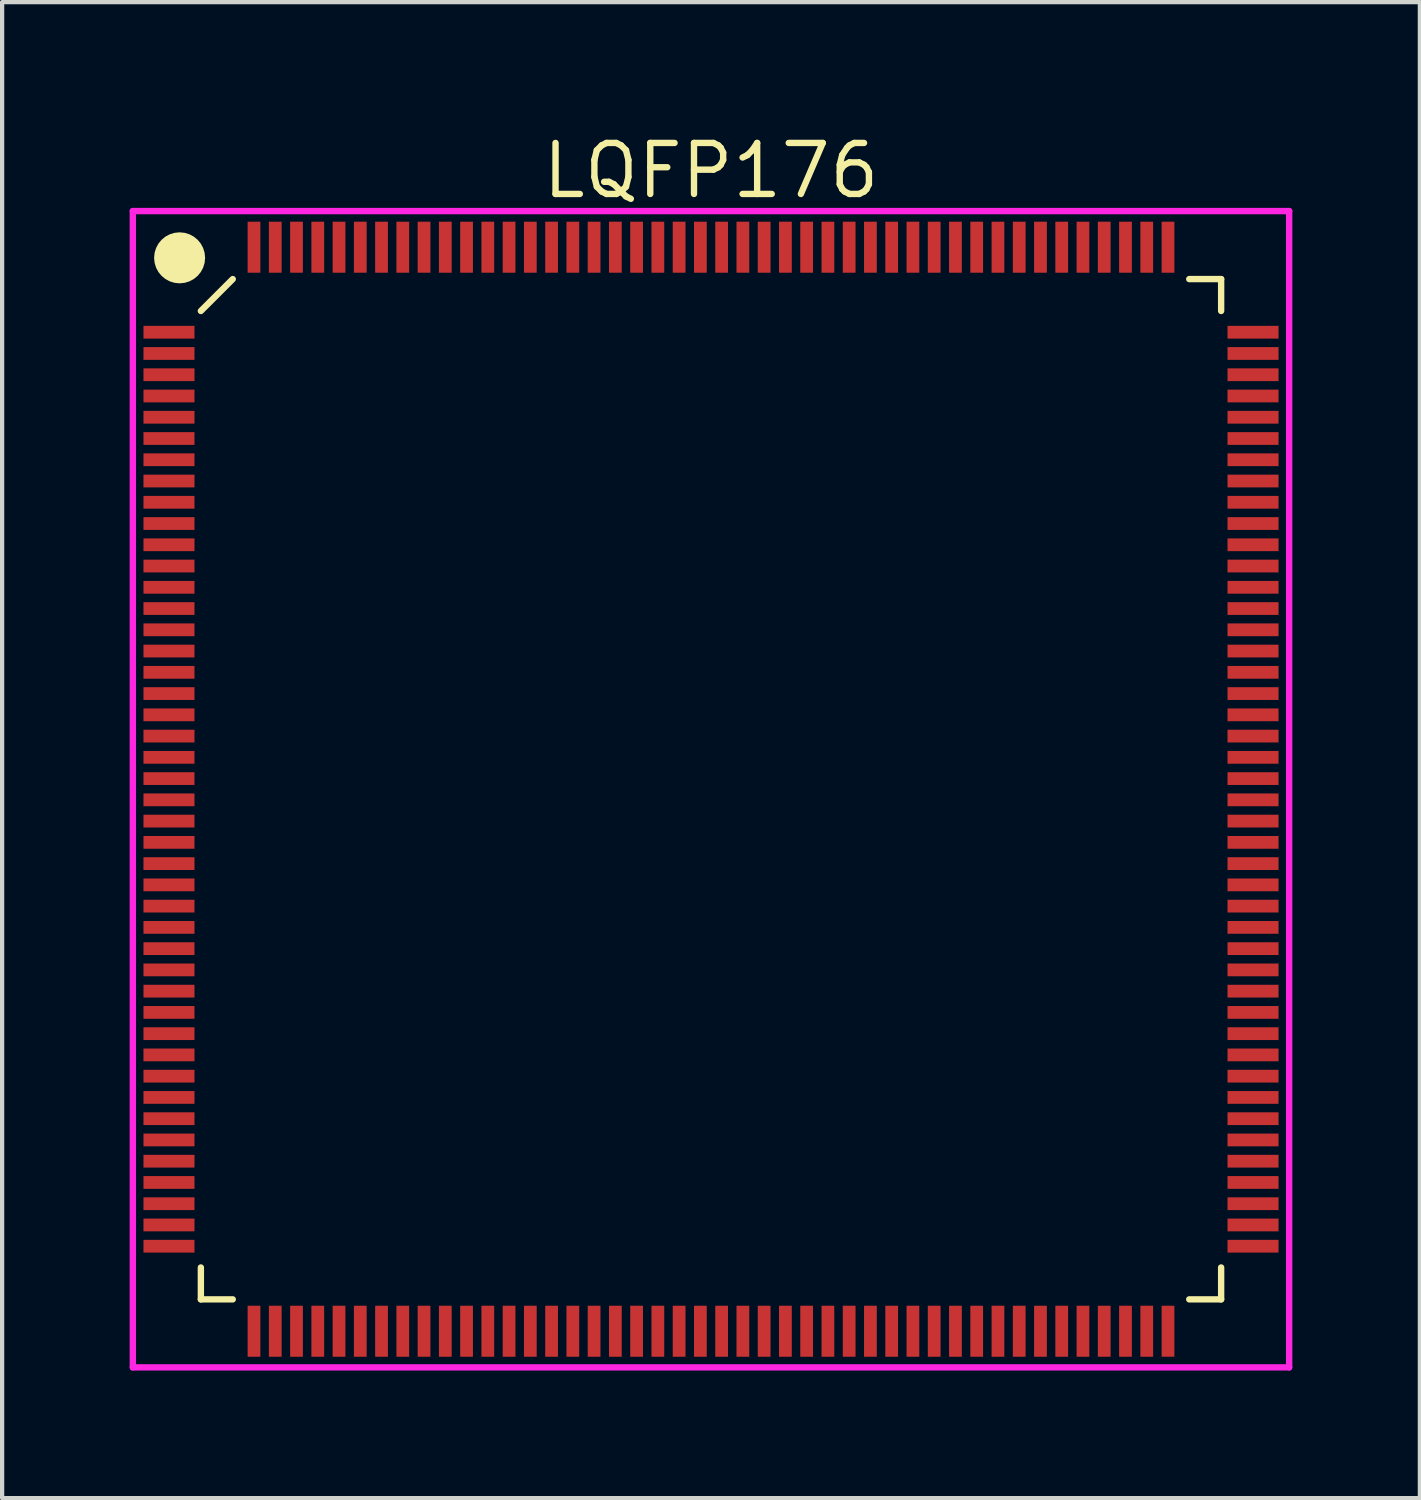
<source format=kicad_pcb>
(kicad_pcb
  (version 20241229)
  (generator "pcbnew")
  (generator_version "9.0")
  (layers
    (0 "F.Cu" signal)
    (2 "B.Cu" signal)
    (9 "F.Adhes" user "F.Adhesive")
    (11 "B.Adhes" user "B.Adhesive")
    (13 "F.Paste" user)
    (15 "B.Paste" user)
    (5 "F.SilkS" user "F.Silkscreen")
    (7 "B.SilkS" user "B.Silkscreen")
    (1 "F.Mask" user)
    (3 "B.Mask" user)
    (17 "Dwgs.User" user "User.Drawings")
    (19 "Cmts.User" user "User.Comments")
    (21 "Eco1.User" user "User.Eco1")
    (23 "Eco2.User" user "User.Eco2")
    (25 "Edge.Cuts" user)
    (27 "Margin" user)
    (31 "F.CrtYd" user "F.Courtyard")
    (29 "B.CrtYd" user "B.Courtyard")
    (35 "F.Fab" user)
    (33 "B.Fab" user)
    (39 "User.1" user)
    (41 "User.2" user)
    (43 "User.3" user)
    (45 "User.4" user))
  (footprint "LQFP176"
    (layer "F.Cu")
    (at 13.675 15.515)
    (property "Reference" "LQFP176" (at 0 -14.55 0) (layer "F.SilkS") (effects (font (size 1.2 1.2) (thickness 0.15))))
    (attr through_hole)
    (fp_line (start -12 -11.25) (end -11.25 -12) (stroke (width 0.15) (type solid)) (layer "F.SilkS"))
    (fp_line (start -12 12) (end -12 11.25) (stroke (width 0.15) (type solid)) (layer "F.SilkS"))
    (fp_line (start -11.25 12) (end -12 12) (stroke (width 0.15) (type solid)) (layer "F.SilkS"))
    (fp_line (start 11.25 -12) (end 12 -12) (stroke (width 0.15) (type solid)) (layer "F.SilkS"))
    (fp_line (start 11.25 12) (end 12 12) (stroke (width 0.15) (type solid)) (layer "F.SilkS"))
    (fp_line (start 12 -12) (end 12 -11.25) (stroke (width 0.15) (type solid)) (layer "F.SilkS"))
    (fp_line (start 12 12) (end 12 11.25) (stroke (width 0.15) (type solid)) (layer "F.SilkS"))
    (fp_circle (center -12.5 -12.5) (end -12.2 -12.5) (stroke (width 0.6) (type solid)) (fill no) (layer "F.SilkS"))
    (fp_line (start -13.6 -13.6) (end 13.6 -13.6) (stroke (width 0.15) (type solid)) (layer "F.CrtYd"))
    (fp_line (start -13.6 13.6) (end -13.6 -13.6) (stroke (width 0.15) (type solid)) (layer "F.CrtYd"))
    (fp_line (start 13.6 -13.6) (end 13.6 13.6) (stroke (width 0.15) (type solid)) (layer "F.CrtYd"))
    (fp_line (start 13.6 13.6) (end -13.6 13.6) (stroke (width 0.15) (type solid)) (layer "F.CrtYd"))
    (pad "1" smd rect (at -12.75 -10.75 90) (size 0.3 1.2) (layers "F.Cu" "F.Mask" "F.Paste"))
    (pad "2" smd rect (at -12.75 -10.25 90) (size 0.3 1.2) (layers "F.Cu" "F.Mask" "F.Paste"))
    (pad "3" smd rect (at -12.75 -9.75 90) (size 0.3 1.2) (layers "F.Cu" "F.Mask" "F.Paste"))
    (pad "4" smd rect (at -12.75 -9.25 90) (size 0.3 1.2) (layers "F.Cu" "F.Mask" "F.Paste"))
    (pad "5" smd rect (at -12.75 -8.75 90) (size 0.3 1.2) (layers "F.Cu" "F.Mask" "F.Paste"))
    (pad "6" smd rect (at -12.75 -8.25 90) (size 0.3 1.2) (layers "F.Cu" "F.Mask" "F.Paste"))
    (pad "7" smd rect (at -12.75 -7.75 90) (size 0.3 1.2) (layers "F.Cu" "F.Mask" "F.Paste"))
    (pad "8" smd rect (at -12.75 -7.25 90) (size 0.3 1.2) (layers "F.Cu" "F.Mask" "F.Paste"))
    (pad "9" smd rect (at -12.75 -6.75 90) (size 0.3 1.2) (layers "F.Cu" "F.Mask" "F.Paste"))
    (pad "10" smd rect (at -12.75 -6.25 90) (size 0.3 1.2) (layers "F.Cu" "F.Mask" "F.Paste"))
    (pad "11" smd rect (at -12.75 -5.75 90) (size 0.3 1.2) (layers "F.Cu" "F.Mask" "F.Paste"))
    (pad "12" smd rect (at -12.75 -5.25 90) (size 0.3 1.2) (layers "F.Cu" "F.Mask" "F.Paste"))
    (pad "13" smd rect (at -12.75 -4.75 90) (size 0.3 1.2) (layers "F.Cu" "F.Mask" "F.Paste"))
    (pad "14" smd rect (at -12.75 -4.25 90) (size 0.3 1.2) (layers "F.Cu" "F.Mask" "F.Paste"))
    (pad "15" smd rect (at -12.75 -3.75 90) (size 0.3 1.2) (layers "F.Cu" "F.Mask" "F.Paste"))
    (pad "16" smd rect (at -12.75 -3.25 90) (size 0.3 1.2) (layers "F.Cu" "F.Mask" "F.Paste"))
    (pad "17" smd rect (at -12.75 -2.75 90) (size 0.3 1.2) (layers "F.Cu" "F.Mask" "F.Paste"))
    (pad "18" smd rect (at -12.75 -2.25 90) (size 0.3 1.2) (layers "F.Cu" "F.Mask" "F.Paste"))
    (pad "19" smd rect (at -12.75 -1.75 90) (size 0.3 1.2) (layers "F.Cu" "F.Mask" "F.Paste"))
    (pad "20" smd rect (at -12.75 -1.25 90) (size 0.3 1.2) (layers "F.Cu" "F.Mask" "F.Paste"))
    (pad "21" smd rect (at -12.75 -0.75 90) (size 0.3 1.2) (layers "F.Cu" "F.Mask" "F.Paste"))
    (pad "22" smd rect (at -12.75 -0.25 90) (size 0.3 1.2) (layers "F.Cu" "F.Mask" "F.Paste"))
    (pad "23" smd rect (at -12.75 0.25 90) (size 0.3 1.2) (layers "F.Cu" "F.Mask" "F.Paste"))
    (pad "24" smd rect (at -12.75 0.75 90) (size 0.3 1.2) (layers "F.Cu" "F.Mask" "F.Paste"))
    (pad "25" smd rect (at -12.75 1.25 90) (size 0.3 1.2) (layers "F.Cu" "F.Mask" "F.Paste"))
    (pad "26" smd rect (at -12.75 1.75 90) (size 0.3 1.2) (layers "F.Cu" "F.Mask" "F.Paste"))
    (pad "27" smd rect (at -12.75 2.25 90) (size 0.3 1.2) (layers "F.Cu" "F.Mask" "F.Paste"))
    (pad "28" smd rect (at -12.75 2.75 90) (size 0.3 1.2) (layers "F.Cu" "F.Mask" "F.Paste"))
    (pad "29" smd rect (at -12.75 3.25 90) (size 0.3 1.2) (layers "F.Cu" "F.Mask" "F.Paste"))
    (pad "30" smd rect (at -12.75 3.75 90) (size 0.3 1.2) (layers "F.Cu" "F.Mask" "F.Paste"))
    (pad "31" smd rect (at -12.75 4.25 90) (size 0.3 1.2) (layers "F.Cu" "F.Mask" "F.Paste"))
    (pad "32" smd rect (at -12.75 4.75 90) (size 0.3 1.2) (layers "F.Cu" "F.Mask" "F.Paste"))
    (pad "33" smd rect (at -12.75 5.25 90) (size 0.3 1.2) (layers "F.Cu" "F.Mask" "F.Paste"))
    (pad "34" smd rect (at -12.75 5.75 90) (size 0.3 1.2) (layers "F.Cu" "F.Mask" "F.Paste"))
    (pad "35" smd rect (at -12.75 6.25 90) (size 0.3 1.2) (layers "F.Cu" "F.Mask" "F.Paste"))
    (pad "36" smd rect (at -12.75 6.75 90) (size 0.3 1.2) (layers "F.Cu" "F.Mask" "F.Paste"))
    (pad "37" smd rect (at -12.75 7.25 90) (size 0.3 1.2) (layers "F.Cu" "F.Mask" "F.Paste"))
    (pad "38" smd rect (at -12.75 7.75 90) (size 0.3 1.2) (layers "F.Cu" "F.Mask" "F.Paste"))
    (pad "39" smd rect (at -12.75 8.25 90) (size 0.3 1.2) (layers "F.Cu" "F.Mask" "F.Paste"))
    (pad "40" smd rect (at -12.75 8.75 90) (size 0.3 1.2) (layers "F.Cu" "F.Mask" "F.Paste"))
    (pad "41" smd rect (at -12.75 9.25 90) (size 0.3 1.2) (layers "F.Cu" "F.Mask" "F.Paste"))
    (pad "42" smd rect (at -12.75 9.75 90) (size 0.3 1.2) (layers "F.Cu" "F.Mask" "F.Paste"))
    (pad "43" smd rect (at -12.75 10.25 90) (size 0.3 1.2) (layers "F.Cu" "F.Mask" "F.Paste"))
    (pad "44" smd rect (at -12.75 10.75 90) (size 0.3 1.2) (layers "F.Cu" "F.Mask" "F.Paste"))
    (pad "45" smd rect (at -10.75 12.75) (size 0.3 1.2) (layers "F.Cu" "F.Mask" "F.Paste"))
    (pad "46" smd rect (at -10.25 12.75) (size 0.3 1.2) (layers "F.Cu" "F.Mask" "F.Paste"))
    (pad "47" smd rect (at -9.75 12.75) (size 0.3 1.2) (layers "F.Cu" "F.Mask" "F.Paste"))
    (pad "48" smd rect (at -9.25 12.75) (size 0.3 1.2) (layers "F.Cu" "F.Mask" "F.Paste"))
    (pad "49" smd rect (at -8.75 12.75) (size 0.3 1.2) (layers "F.Cu" "F.Mask" "F.Paste"))
    (pad "50" smd rect (at -8.25 12.75) (size 0.3 1.2) (layers "F.Cu" "F.Mask" "F.Paste"))
    (pad "51" smd rect (at -7.75 12.75) (size 0.3 1.2) (layers "F.Cu" "F.Mask" "F.Paste"))
    (pad "52" smd rect (at -7.25 12.75) (size 0.3 1.2) (layers "F.Cu" "F.Mask" "F.Paste"))
    (pad "53" smd rect (at -6.75 12.75) (size 0.3 1.2) (layers "F.Cu" "F.Mask" "F.Paste"))
    (pad "54" smd rect (at -6.25 12.75) (size 0.3 1.2) (layers "F.Cu" "F.Mask" "F.Paste"))
    (pad "55" smd rect (at -5.75 12.75) (size 0.3 1.2) (layers "F.Cu" "F.Mask" "F.Paste"))
    (pad "56" smd rect (at -5.25 12.75) (size 0.3 1.2) (layers "F.Cu" "F.Mask" "F.Paste"))
    (pad "57" smd rect (at -4.75 12.75) (size 0.3 1.2) (layers "F.Cu" "F.Mask" "F.Paste"))
    (pad "58" smd rect (at -4.25 12.75) (size 0.3 1.2) (layers "F.Cu" "F.Mask" "F.Paste"))
    (pad "59" smd rect (at -3.75 12.75) (size 0.3 1.2) (layers "F.Cu" "F.Mask" "F.Paste"))
    (pad "60" smd rect (at -3.25 12.75) (size 0.3 1.2) (layers "F.Cu" "F.Mask" "F.Paste"))
    (pad "61" smd rect (at -2.75 12.75) (size 0.3 1.2) (layers "F.Cu" "F.Mask" "F.Paste"))
    (pad "62" smd rect (at -2.25 12.75) (size 0.3 1.2) (layers "F.Cu" "F.Mask" "F.Paste"))
    (pad "63" smd rect (at -1.75 12.75) (size 0.3 1.2) (layers "F.Cu" "F.Mask" "F.Paste"))
    (pad "64" smd rect (at -1.25 12.75) (size 0.3 1.2) (layers "F.Cu" "F.Mask" "F.Paste"))
    (pad "65" smd rect (at -0.75 12.75) (size 0.3 1.2) (layers "F.Cu" "F.Mask" "F.Paste"))
    (pad "66" smd rect (at -0.25 12.75) (size 0.3 1.2) (layers "F.Cu" "F.Mask" "F.Paste"))
    (pad "67" smd rect (at 0.25 12.75) (size 0.3 1.2) (layers "F.Cu" "F.Mask" "F.Paste"))
    (pad "68" smd rect (at 0.75 12.75) (size 0.3 1.2) (layers "F.Cu" "F.Mask" "F.Paste"))
    (pad "69" smd rect (at 1.25 12.75) (size 0.3 1.2) (layers "F.Cu" "F.Mask" "F.Paste"))
    (pad "70" smd rect (at 1.75 12.75) (size 0.3 1.2) (layers "F.Cu" "F.Mask" "F.Paste"))
    (pad "71" smd rect (at 2.25 12.75) (size 0.3 1.2) (layers "F.Cu" "F.Mask" "F.Paste"))
    (pad "72" smd rect (at 2.75 12.75) (size 0.3 1.2) (layers "F.Cu" "F.Mask" "F.Paste"))
    (pad "73" smd rect (at 3.25 12.75) (size 0.3 1.2) (layers "F.Cu" "F.Mask" "F.Paste"))
    (pad "74" smd rect (at 3.75 12.75) (size 0.3 1.2) (layers "F.Cu" "F.Mask" "F.Paste"))
    (pad "75" smd rect (at 4.25 12.75) (size 0.3 1.2) (layers "F.Cu" "F.Mask" "F.Paste"))
    (pad "76" smd rect (at 4.75 12.75) (size 0.3 1.2) (layers "F.Cu" "F.Mask" "F.Paste"))
    (pad "77" smd rect (at 5.25 12.75) (size 0.3 1.2) (layers "F.Cu" "F.Mask" "F.Paste"))
    (pad "78" smd rect (at 5.75 12.75) (size 0.3 1.2) (layers "F.Cu" "F.Mask" "F.Paste"))
    (pad "79" smd rect (at 6.25 12.75) (size 0.3 1.2) (layers "F.Cu" "F.Mask" "F.Paste"))
    (pad "80" smd rect (at 6.75 12.75) (size 0.3 1.2) (layers "F.Cu" "F.Mask" "F.Paste"))
    (pad "81" smd rect (at 7.25 12.75) (size 0.3 1.2) (layers "F.Cu" "F.Mask" "F.Paste"))
    (pad "82" smd rect (at 7.75 12.75) (size 0.3 1.2) (layers "F.Cu" "F.Mask" "F.Paste"))
    (pad "83" smd rect (at 8.25 12.75) (size 0.3 1.2) (layers "F.Cu" "F.Mask" "F.Paste"))
    (pad "84" smd rect (at 8.75 12.75) (size 0.3 1.2) (layers "F.Cu" "F.Mask" "F.Paste"))
    (pad "85" smd rect (at 9.25 12.75) (size 0.3 1.2) (layers "F.Cu" "F.Mask" "F.Paste"))
    (pad "86" smd rect (at 9.75 12.75) (size 0.3 1.2) (layers "F.Cu" "F.Mask" "F.Paste"))
    (pad "87" smd rect (at 10.25 12.75) (size 0.3 1.2) (layers "F.Cu" "F.Mask" "F.Paste"))
    (pad "88" smd rect (at 10.75 12.75) (size 0.3 1.2) (layers "F.Cu" "F.Mask" "F.Paste"))
    (pad "89" smd rect (at 12.75 10.75 90) (size 0.3 1.2) (layers "F.Cu" "F.Mask" "F.Paste"))
    (pad "90" smd rect (at 12.75 10.25 90) (size 0.3 1.2) (layers "F.Cu" "F.Mask" "F.Paste"))
    (pad "91" smd rect (at 12.75 9.75 90) (size 0.3 1.2) (layers "F.Cu" "F.Mask" "F.Paste"))
    (pad "92" smd rect (at 12.75 9.25 90) (size 0.3 1.2) (layers "F.Cu" "F.Mask" "F.Paste"))
    (pad "93" smd rect (at 12.75 8.75 90) (size 0.3 1.2) (layers "F.Cu" "F.Mask" "F.Paste"))
    (pad "94" smd rect (at 12.75 8.25 90) (size 0.3 1.2) (layers "F.Cu" "F.Mask" "F.Paste"))
    (pad "95" smd rect (at 12.75 7.75 90) (size 0.3 1.2) (layers "F.Cu" "F.Mask" "F.Paste"))
    (pad "96" smd rect (at 12.75 7.25 90) (size 0.3 1.2) (layers "F.Cu" "F.Mask" "F.Paste"))
    (pad "97" smd rect (at 12.75 6.75 90) (size 0.3 1.2) (layers "F.Cu" "F.Mask" "F.Paste"))
    (pad "98" smd rect (at 12.75 6.25 90) (size 0.3 1.2) (layers "F.Cu" "F.Mask" "F.Paste"))
    (pad "99" smd rect (at 12.75 5.75 90) (size 0.3 1.2) (layers "F.Cu" "F.Mask" "F.Paste"))
    (pad "100" smd rect (at 12.75 5.25 90) (size 0.3 1.2) (layers "F.Cu" "F.Mask" "F.Paste"))
    (pad "101" smd rect (at 12.75 4.75 90) (size 0.3 1.2) (layers "F.Cu" "F.Mask" "F.Paste"))
    (pad "102" smd rect (at 12.75 4.25 90) (size 0.3 1.2) (layers "F.Cu" "F.Mask" "F.Paste"))
    (pad "103" smd rect (at 12.75 3.75 90) (size 0.3 1.2) (layers "F.Cu" "F.Mask" "F.Paste"))
    (pad "104" smd rect (at 12.75 3.25 90) (size 0.3 1.2) (layers "F.Cu" "F.Mask" "F.Paste"))
    (pad "105" smd rect (at 12.75 2.75 90) (size 0.3 1.2) (layers "F.Cu" "F.Mask" "F.Paste"))
    (pad "106" smd rect (at 12.75 2.25 90) (size 0.3 1.2) (layers "F.Cu" "F.Mask" "F.Paste"))
    (pad "107" smd rect (at 12.75 1.75 90) (size 0.3 1.2) (layers "F.Cu" "F.Mask" "F.Paste"))
    (pad "108" smd rect (at 12.75 1.25 90) (size 0.3 1.2) (layers "F.Cu" "F.Mask" "F.Paste"))
    (pad "109" smd rect (at 12.75 0.75 90) (size 0.3 1.2) (layers "F.Cu" "F.Mask" "F.Paste"))
    (pad "110" smd rect (at 12.75 0.25 90) (size 0.3 1.2) (layers "F.Cu" "F.Mask" "F.Paste"))
    (pad "111" smd rect (at 12.75 -0.25 90) (size 0.3 1.2) (layers "F.Cu" "F.Mask" "F.Paste"))
    (pad "112" smd rect (at 12.75 -0.75 90) (size 0.3 1.2) (layers "F.Cu" "F.Mask" "F.Paste"))
    (pad "113" smd rect (at 12.75 -1.25 90) (size 0.3 1.2) (layers "F.Cu" "F.Mask" "F.Paste"))
    (pad "114" smd rect (at 12.75 -1.75 90) (size 0.3 1.2) (layers "F.Cu" "F.Mask" "F.Paste"))
    (pad "115" smd rect (at 12.75 -2.25 90) (size 0.3 1.2) (layers "F.Cu" "F.Mask" "F.Paste"))
    (pad "116" smd rect (at 12.75 -2.75 90) (size 0.3 1.2) (layers "F.Cu" "F.Mask" "F.Paste"))
    (pad "117" smd rect (at 12.75 -3.25 90) (size 0.3 1.2) (layers "F.Cu" "F.Mask" "F.Paste"))
    (pad "118" smd rect (at 12.75 -3.75 90) (size 0.3 1.2) (layers "F.Cu" "F.Mask" "F.Paste"))
    (pad "119" smd rect (at 12.75 -4.25 90) (size 0.3 1.2) (layers "F.Cu" "F.Mask" "F.Paste"))
    (pad "120" smd rect (at 12.75 -4.75 90) (size 0.3 1.2) (layers "F.Cu" "F.Mask" "F.Paste"))
    (pad "121" smd rect (at 12.75 -5.25 90) (size 0.3 1.2) (layers "F.Cu" "F.Mask" "F.Paste"))
    (pad "122" smd rect (at 12.75 -5.75 90) (size 0.3 1.2) (layers "F.Cu" "F.Mask" "F.Paste"))
    (pad "123" smd rect (at 12.75 -6.25 90) (size 0.3 1.2) (layers "F.Cu" "F.Mask" "F.Paste"))
    (pad "124" smd rect (at 12.75 -6.75 90) (size 0.3 1.2) (layers "F.Cu" "F.Mask" "F.Paste"))
    (pad "125" smd rect (at 12.75 -7.25 90) (size 0.3 1.2) (layers "F.Cu" "F.Mask" "F.Paste"))
    (pad "126" smd rect (at 12.75 -7.75 90) (size 0.3 1.2) (layers "F.Cu" "F.Mask" "F.Paste"))
    (pad "127" smd rect (at 12.75 -8.25 90) (size 0.3 1.2) (layers "F.Cu" "F.Mask" "F.Paste"))
    (pad "128" smd rect (at 12.75 -8.75 90) (size 0.3 1.2) (layers "F.Cu" "F.Mask" "F.Paste"))
    (pad "129" smd rect (at 12.75 -9.25 90) (size 0.3 1.2) (layers "F.Cu" "F.Mask" "F.Paste"))
    (pad "130" smd rect (at 12.75 -9.75 90) (size 0.3 1.2) (layers "F.Cu" "F.Mask" "F.Paste"))
    (pad "131" smd rect (at 12.75 -10.25 90) (size 0.3 1.2) (layers "F.Cu" "F.Mask" "F.Paste"))
    (pad "132" smd rect (at 12.75 -10.75 90) (size 0.3 1.2) (layers "F.Cu" "F.Mask" "F.Paste"))
    (pad "133" smd rect (at 10.75 -12.75) (size 0.3 1.2) (layers "F.Cu" "F.Mask" "F.Paste"))
    (pad "134" smd rect (at 10.25 -12.75) (size 0.3 1.2) (layers "F.Cu" "F.Mask" "F.Paste"))
    (pad "135" smd rect (at 9.75 -12.75) (size 0.3 1.2) (layers "F.Cu" "F.Mask" "F.Paste"))
    (pad "136" smd rect (at 9.25 -12.75) (size 0.3 1.2) (layers "F.Cu" "F.Mask" "F.Paste"))
    (pad "137" smd rect (at 8.75 -12.75) (size 0.3 1.2) (layers "F.Cu" "F.Mask" "F.Paste"))
    (pad "138" smd rect (at 8.25 -12.75) (size 0.3 1.2) (layers "F.Cu" "F.Mask" "F.Paste"))
    (pad "139" smd rect (at 7.75 -12.75) (size 0.3 1.2) (layers "F.Cu" "F.Mask" "F.Paste"))
    (pad "140" smd rect (at 7.25 -12.75) (size 0.3 1.2) (layers "F.Cu" "F.Mask" "F.Paste"))
    (pad "141" smd rect (at 6.75 -12.75) (size 0.3 1.2) (layers "F.Cu" "F.Mask" "F.Paste"))
    (pad "142" smd rect (at 6.25 -12.75) (size 0.3 1.2) (layers "F.Cu" "F.Mask" "F.Paste"))
    (pad "143" smd rect (at 5.75 -12.75) (size 0.3 1.2) (layers "F.Cu" "F.Mask" "F.Paste"))
    (pad "144" smd rect (at 5.25 -12.75) (size 0.3 1.2) (layers "F.Cu" "F.Mask" "F.Paste"))
    (pad "145" smd rect (at 4.75 -12.75) (size 0.3 1.2) (layers "F.Cu" "F.Mask" "F.Paste"))
    (pad "146" smd rect (at 4.25 -12.75) (size 0.3 1.2) (layers "F.Cu" "F.Mask" "F.Paste"))
    (pad "147" smd rect (at 3.75 -12.75) (size 0.3 1.2) (layers "F.Cu" "F.Mask" "F.Paste"))
    (pad "148" smd rect (at 3.25 -12.75) (size 0.3 1.2) (layers "F.Cu" "F.Mask" "F.Paste"))
    (pad "149" smd rect (at 2.75 -12.75) (size 0.3 1.2) (layers "F.Cu" "F.Mask" "F.Paste"))
    (pad "150" smd rect (at 2.25 -12.75) (size 0.3 1.2) (layers "F.Cu" "F.Mask" "F.Paste"))
    (pad "151" smd rect (at 1.75 -12.75) (size 0.3 1.2) (layers "F.Cu" "F.Mask" "F.Paste"))
    (pad "152" smd rect (at 1.25 -12.75) (size 0.3 1.2) (layers "F.Cu" "F.Mask" "F.Paste"))
    (pad "153" smd rect (at 0.75 -12.75) (size 0.3 1.2) (layers "F.Cu" "F.Mask" "F.Paste"))
    (pad "154" smd rect (at 0.25 -12.75) (size 0.3 1.2) (layers "F.Cu" "F.Mask" "F.Paste"))
    (pad "155" smd rect (at -0.25 -12.75) (size 0.3 1.2) (layers "F.Cu" "F.Mask" "F.Paste"))
    (pad "156" smd rect (at -0.75 -12.75) (size 0.3 1.2) (layers "F.Cu" "F.Mask" "F.Paste"))
    (pad "157" smd rect (at -1.25 -12.75) (size 0.3 1.2) (layers "F.Cu" "F.Mask" "F.Paste"))
    (pad "158" smd rect (at -1.75 -12.75) (size 0.3 1.2) (layers "F.Cu" "F.Mask" "F.Paste"))
    (pad "159" smd rect (at -2.25 -12.75) (size 0.3 1.2) (layers "F.Cu" "F.Mask" "F.Paste"))
    (pad "160" smd rect (at -2.75 -12.75) (size 0.3 1.2) (layers "F.Cu" "F.Mask" "F.Paste"))
    (pad "161" smd rect (at -3.25 -12.75) (size 0.3 1.2) (layers "F.Cu" "F.Mask" "F.Paste"))
    (pad "162" smd rect (at -3.75 -12.75) (size 0.3 1.2) (layers "F.Cu" "F.Mask" "F.Paste"))
    (pad "163" smd rect (at -4.25 -12.75) (size 0.3 1.2) (layers "F.Cu" "F.Mask" "F.Paste"))
    (pad "164" smd rect (at -4.75 -12.75) (size 0.3 1.2) (layers "F.Cu" "F.Mask" "F.Paste"))
    (pad "165" smd rect (at -5.25 -12.75) (size 0.3 1.2) (layers "F.Cu" "F.Mask" "F.Paste"))
    (pad "166" smd rect (at -5.75 -12.75) (size 0.3 1.2) (layers "F.Cu" "F.Mask" "F.Paste"))
    (pad "167" smd rect (at -6.25 -12.75) (size 0.3 1.2) (layers "F.Cu" "F.Mask" "F.Paste"))
    (pad "168" smd rect (at -6.75 -12.75) (size 0.3 1.2) (layers "F.Cu" "F.Mask" "F.Paste"))
    (pad "169" smd rect (at -7.25 -12.75) (size 0.3 1.2) (layers "F.Cu" "F.Mask" "F.Paste"))
    (pad "170" smd rect (at -7.75 -12.75) (size 0.3 1.2) (layers "F.Cu" "F.Mask" "F.Paste"))
    (pad "171" smd rect (at -8.25 -12.75) (size 0.3 1.2) (layers "F.Cu" "F.Mask" "F.Paste"))
    (pad "172" smd rect (at -8.75 -12.75) (size 0.3 1.2) (layers "F.Cu" "F.Mask" "F.Paste"))
    (pad "173" smd rect (at -9.25 -12.75) (size 0.3 1.2) (layers "F.Cu" "F.Mask" "F.Paste"))
    (pad "174" smd rect (at -9.75 -12.75) (size 0.3 1.2) (layers "F.Cu" "F.Mask" "F.Paste"))
    (pad "175" smd rect (at -10.25 -12.75) (size 0.3 1.2) (layers "F.Cu" "F.Mask" "F.Paste"))
    (pad "176" smd rect (at -10.75 -12.75) (size 0.3 1.2) (layers "F.Cu" "F.Mask" "F.Paste")))
  (gr_rect
    (start -3 -3)
    (end 30.35 32.19)
    (stroke (width 0.1) (type default))
    (fill no)
    (layer "Edge.Cuts")))
</source>
